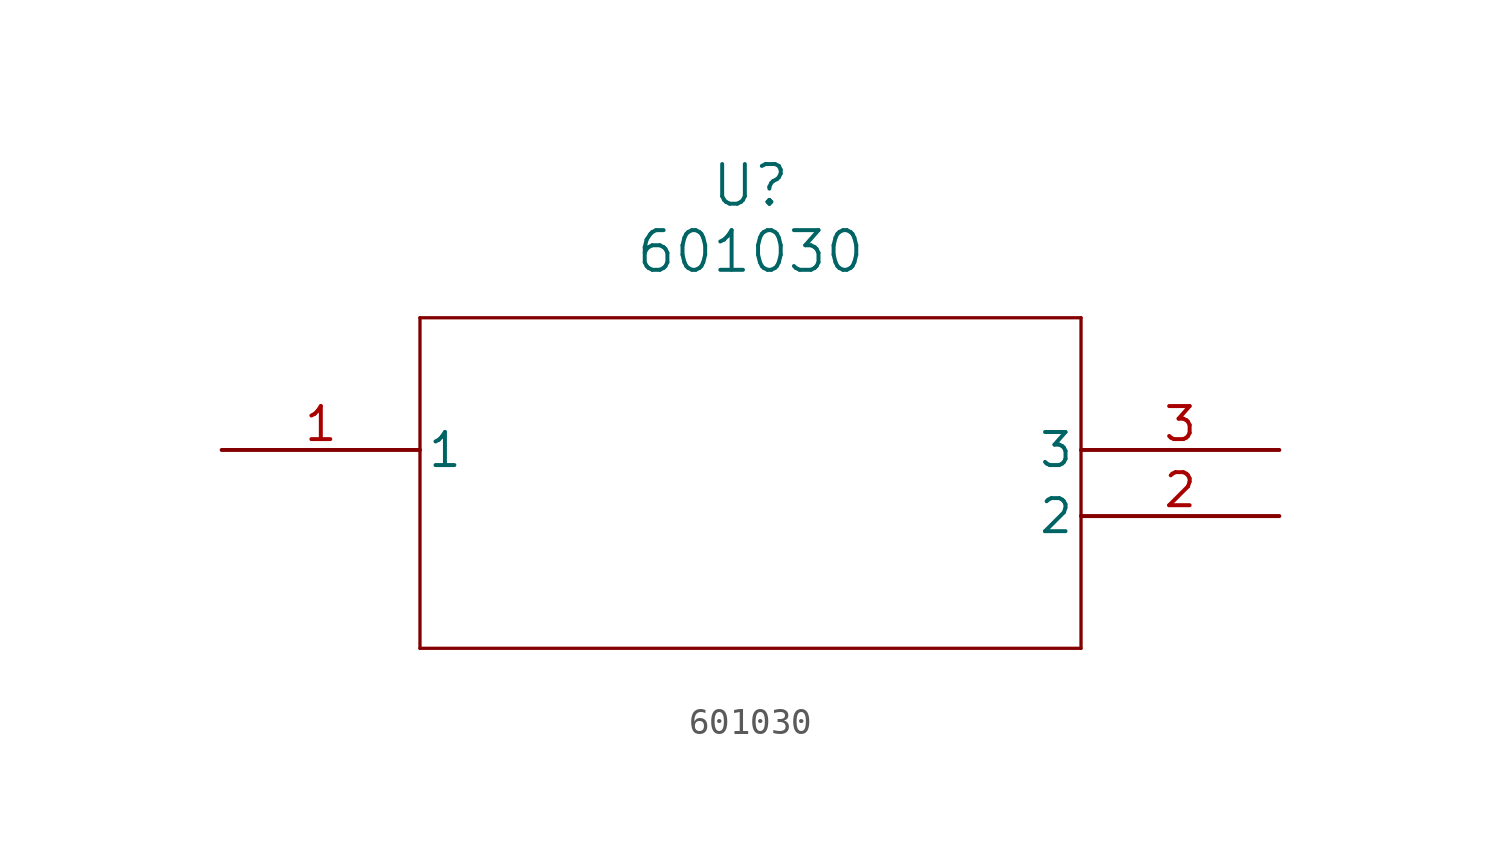
<source format=kicad_sym>
(kicad_symbol_lib
  (version 20211014)
  (generator kicad_symbol_editor)
  (symbol "601030"
    (pin_names
      (offset 0.254))
    (property "Reference" "U"
      (at 20.32 10.16 0)
      (effects (font (size 1.524 1.524))))
    (property "Value" "601030"
      (at 20.32 7.62 0)
      (effects (font (size 1.524 1.524))))
    (symbol "601030_0_1"
      (polyline (pts (xy 7.62 5.08) (xy 7.62 -7.62)) (stroke (width 0.127) (type default) (color 0 0 0 0)) (fill (type none)))
      (polyline (pts (xy 7.62 -7.62) (xy 33.02 -7.62)) (stroke (width 0.127) (type default) (color 0 0 0 0)) (fill (type none)))
      (polyline (pts (xy 33.02 -7.62) (xy 33.02 5.08)) (stroke (width 0.127) (type default) (color 0 0 0 0)) (fill (type none)))
      (polyline (pts (xy 33.02 5.08) (xy 7.62 5.08)) (stroke (width 0.127) (type default) (color 0 0 0 0)) (fill (type none)))
      (pin unspecified line (at 0 0 0) (length 7.62) (name "1" (effects (font (size 1.27 1.27)))) (number "1" (effects (font (size 1.27 1.27)))))
      (pin unspecified line (at 40.64 -2.54 180) (length 7.62) (name "2" (effects (font (size 1.27 1.27)))) (number "2" (effects (font (size 1.27 1.27)))))
      (pin unspecified line (at 40.64 0 180) (length 7.62) (name "3" (effects (font (size 1.27 1.27)))) (number "3" (effects (font (size 1.27 1.27))))))))
</source>
